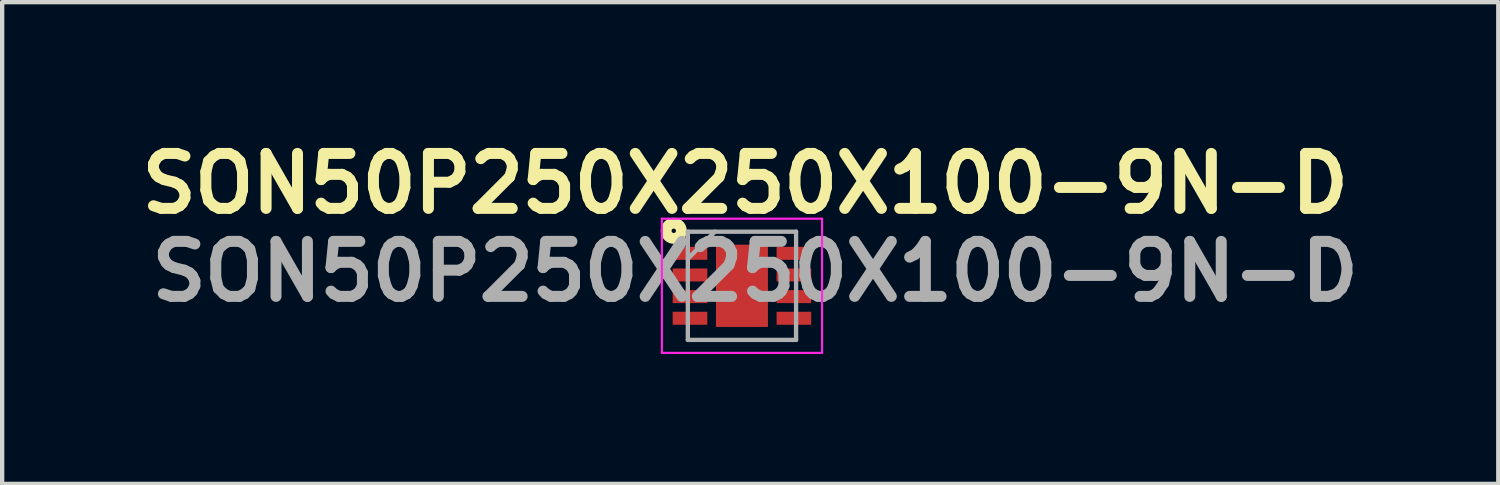
<source format=kicad_pcb>
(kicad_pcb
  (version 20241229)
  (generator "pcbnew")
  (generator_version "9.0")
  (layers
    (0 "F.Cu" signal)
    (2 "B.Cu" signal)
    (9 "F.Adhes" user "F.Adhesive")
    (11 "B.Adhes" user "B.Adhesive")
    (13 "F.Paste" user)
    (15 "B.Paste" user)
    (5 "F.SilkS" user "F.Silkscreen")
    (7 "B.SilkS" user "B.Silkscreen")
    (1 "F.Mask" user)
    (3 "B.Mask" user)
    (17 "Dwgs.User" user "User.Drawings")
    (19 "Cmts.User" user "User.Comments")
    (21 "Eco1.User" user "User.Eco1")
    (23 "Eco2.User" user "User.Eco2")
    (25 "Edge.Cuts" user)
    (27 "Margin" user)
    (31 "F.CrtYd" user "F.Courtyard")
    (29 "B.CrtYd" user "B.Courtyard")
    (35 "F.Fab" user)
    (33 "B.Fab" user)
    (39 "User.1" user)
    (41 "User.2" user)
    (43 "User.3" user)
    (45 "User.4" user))
  (footprint "SON50P250X250X100-9N-D"
    (layer "F.Cu")
    (at 14.087 3.551)
    (property "Reference" "SON50P250X250X100-9N-D" (at 0.076 -2.362 0) (layer "F.SilkS") (effects (font (size 1.27 1.27) (thickness 0.254))))
    (attr smd)
    (fp_circle (center -1.575 -1.27) (end -1.575 -1.219) (stroke (width 0.25) (type solid)) (fill no) (layer "F.SilkS"))
    (fp_line (start -1.85 -1.55) (end 1.85 -1.55) (stroke (width 0.05) (type solid)) (layer "F.CrtYd"))
    (fp_line (start -1.85 1.55) (end -1.85 -1.55) (stroke (width 0.05) (type solid)) (layer "F.CrtYd"))
    (fp_line (start 1.85 -1.55) (end 1.85 1.55) (stroke (width 0.05) (type solid)) (layer "F.CrtYd"))
    (fp_line (start 1.85 1.55) (end -1.85 1.55) (stroke (width 0.05) (type solid)) (layer "F.CrtYd"))
    (fp_line (start -1.25 -1.25) (end 1.25 -1.25) (stroke (width 0.1) (type solid)) (layer "F.Fab"))
    (fp_line (start -1.25 -0.625) (end -0.625 -1.25) (stroke (width 0.1) (type solid)) (layer "F.Fab"))
    (fp_line (start -1.25 1.25) (end -1.25 -1.25) (stroke (width 0.1) (type solid)) (layer "F.Fab"))
    (fp_line (start 1.25 -1.25) (end 1.25 1.25) (stroke (width 0.1) (type solid)) (layer "F.Fab"))
    (fp_line (start 1.25 1.25) (end -1.25 1.25) (stroke (width 0.1) (type solid)) (layer "F.Fab"))
    (fp_text user "${REFERENCE}" (at 0.305 -0.33 0) (layer "F.Fab") (effects (font (size 1.27 1.27) (thickness 0.254))))
    (pad "1" smd rect (at -1.2 -0.75 90) (size 0.3 0.8) (layers "F.Cu" "F.Mask" "F.Paste"))
    (pad "2" smd rect (at -1.2 -0.25 90) (size 0.3 0.8) (layers "F.Cu" "F.Mask" "F.Paste"))
    (pad "3" smd rect (at -1.2 0.25 90) (size 0.3 0.8) (layers "F.Cu" "F.Mask" "F.Paste"))
    (pad "4" smd rect (at -1.2 0.75 90) (size 0.3 0.8) (layers "F.Cu" "F.Mask" "F.Paste"))
    (pad "5" smd rect (at 1.2 0.75 90) (size 0.3 0.8) (layers "F.Cu" "F.Mask" "F.Paste"))
    (pad "6" smd rect (at 1.2 0.25 90) (size 0.3 0.8) (layers "F.Cu" "F.Mask" "F.Paste"))
    (pad "7" smd rect (at 1.2 -0.25 90) (size 0.3 0.8) (layers "F.Cu" "F.Mask" "F.Paste"))
    (pad "8" smd rect (at 1.2 -0.75 90) (size 0.3 0.8) (layers "F.Cu" "F.Mask" "F.Paste"))
    (pad "9" smd rect (at 0 0) (size 1.2 1.9) (layers "F.Cu" "F.Mask" "F.Paste")))
  (gr_rect
    (start -3 -3)
    (end 31.556 8.126)
    (stroke (width 0.1) (type default))
    (fill no)
    (layer "Edge.Cuts")))
</source>
